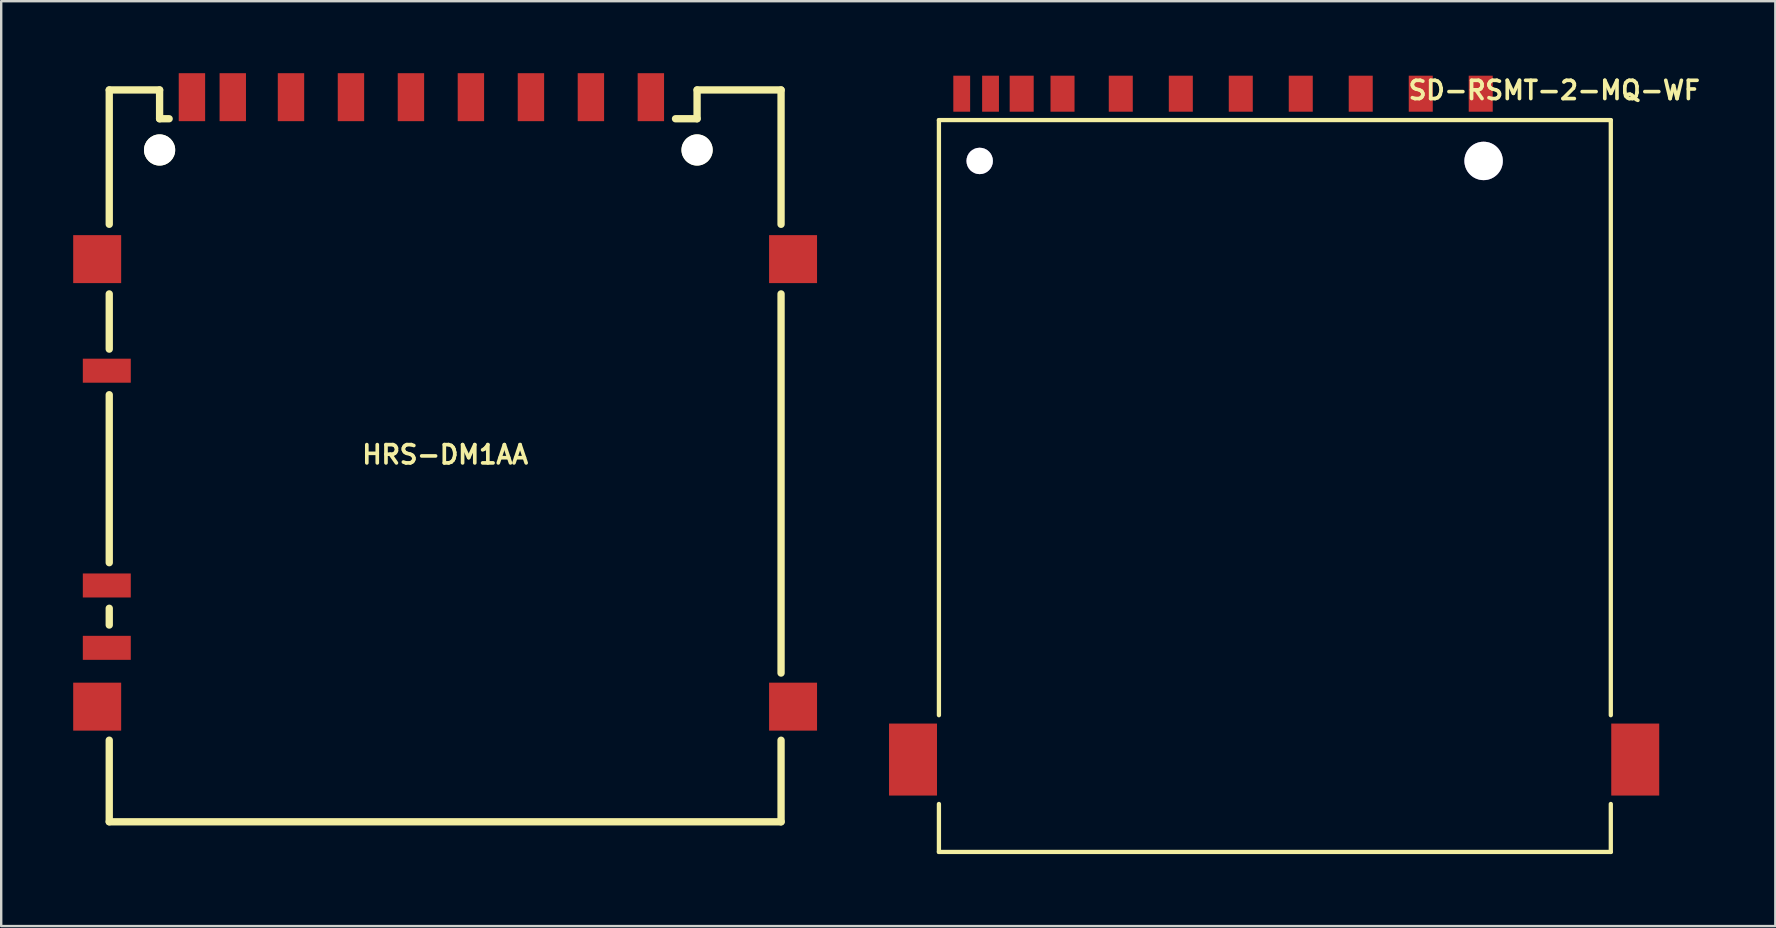
<source format=kicad_pcb>
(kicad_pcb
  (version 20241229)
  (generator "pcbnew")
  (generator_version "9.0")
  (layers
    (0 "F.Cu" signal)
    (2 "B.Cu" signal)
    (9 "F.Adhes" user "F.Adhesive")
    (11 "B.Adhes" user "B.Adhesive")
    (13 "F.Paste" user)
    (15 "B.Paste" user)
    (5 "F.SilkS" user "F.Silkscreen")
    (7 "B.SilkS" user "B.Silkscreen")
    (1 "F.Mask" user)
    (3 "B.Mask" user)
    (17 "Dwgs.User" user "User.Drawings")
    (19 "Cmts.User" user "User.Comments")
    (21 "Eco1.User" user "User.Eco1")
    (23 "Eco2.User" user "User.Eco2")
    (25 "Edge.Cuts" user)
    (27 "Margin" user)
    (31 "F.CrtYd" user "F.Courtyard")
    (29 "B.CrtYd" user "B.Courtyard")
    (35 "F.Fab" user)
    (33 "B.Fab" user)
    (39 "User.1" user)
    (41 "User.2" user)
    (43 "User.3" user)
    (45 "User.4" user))
  (footprint "SD-RSMT-2-MQ-WF"
    (layer "F.Cu")
    (at 49.28 1.856)
    (property "Reference" "SD-RSMT-2-MQ-WF" (at 12.446 -1.143 0) (layer "F.SilkS") (effects (font (size 0.762 0.762) (thickness 0.152))))
    (attr through_hole)
    (fp_line (start -13.2 0.099) (end -13.2 24.9) (stroke (width 0.178) (type solid)) (layer "F.SilkS"))
    (fp_line (start -13.2 0.099) (end 14.801 0.099) (stroke (width 0.178) (type solid)) (layer "F.SilkS"))
    (fp_line (start -13.2 28.6) (end -13.2 30.599) (stroke (width 0.178) (type solid)) (layer "F.SilkS"))
    (fp_line (start -13.2 30.599) (end 14.801 30.599) (stroke (width 0.178) (type solid)) (layer "F.SilkS"))
    (fp_line (start 14.801 24.9) (end 14.801 0.099) (stroke (width 0.178) (type solid)) (layer "F.SilkS"))
    (fp_line (start 14.801 30.599) (end 14.801 28.6) (stroke (width 0.178) (type solid)) (layer "F.SilkS"))
    (pad "" thru_hole circle (at -11.501 1.801) (size 1.1 1.1) (drill 1.1) (layers "*.Cu" "*.Mask"))
    (pad "" thru_hole circle (at 9.5 1.801) (size 1.6 1.6) (drill 1.6) (layers "*.Cu" "*.Mask"))
    (pad "1" smd rect (at 6.881 -1.001) (size 1.001 1.501) (layers "F.Cu" "F.Mask" "F.Paste"))
    (pad "2" smd rect (at 4.379 -1.001) (size 1.001 1.501) (layers "F.Cu" "F.Mask" "F.Paste"))
    (pad "3" smd rect (at 1.88 -1.001) (size 1.001 1.501) (layers "F.Cu" "F.Mask" "F.Paste"))
    (pad "4" smd rect (at -0.62 -1.001) (size 1.001 1.501) (layers "F.Cu" "F.Mask" "F.Paste"))
    (pad "5" smd rect (at -3.119 -1.001) (size 1.001 1.501) (layers "F.Cu" "F.Mask" "F.Paste"))
    (pad "6" smd rect (at -5.621 -1.001) (size 1.001 1.501) (layers "F.Cu" "F.Mask" "F.Paste"))
    (pad "7" smd rect (at -8.049 -1.001) (size 1.001 1.501) (layers "F.Cu" "F.Mask" "F.Paste"))
    (pad "8" smd rect (at -9.751 -1.001) (size 1.001 1.501) (layers "F.Cu" "F.Mask" "F.Paste"))
    (pad "9" smd rect (at 9.38 -1.001) (size 1.001 1.501) (layers "F.Cu" "F.Mask" "F.Paste"))
    (pad "DT" smd rect (at -11.049 -1.001) (size 0.701 1.501) (layers "F.Cu" "F.Mask" "F.Paste"))
    (pad "GND1" smd rect (at -14.28 26.749) (size 1.999 3) (layers "F.Cu" "F.Mask" "F.Paste"))
    (pad "GND2" smd rect (at 15.819 26.749) (size 1.999 3) (layers "F.Cu" "F.Mask" "F.Paste"))
    (pad "WP" smd rect (at -12.25 -1.001) (size 0.701 1.501) (layers "F.Cu" "F.Mask" "F.Paste")))
  (footprint "HRS-DM1AA"
    (layer "F.Cu")
    (at 15.503 15.897)
    (property "Reference" "HRS-DM1AA" (at 0 0 0) (layer "F.SilkS") (effects (font (size 0.762 0.762) (thickness 0.152))))
    (attr through_hole)
    (fp_line (start -14 -15.199) (end -11.9 -15.199) (stroke (width 0.305) (type solid)) (layer "F.SilkS"))
    (fp_line (start -14 -15.197) (end -14 -9.599) (stroke (width 0.305) (type solid)) (layer "F.SilkS"))
    (fp_line (start -14 -6.698) (end -14 -4.397) (stroke (width 0.305) (type solid)) (layer "F.SilkS"))
    (fp_line (start -14 -2.497) (end -14 4.503) (stroke (width 0.305) (type solid)) (layer "F.SilkS"))
    (fp_line (start -14 6.403) (end -14 7.102) (stroke (width 0.305) (type solid)) (layer "F.SilkS"))
    (fp_line (start -14 11.9) (end -14 15.301) (stroke (width 0.305) (type solid)) (layer "F.SilkS"))
    (fp_line (start -11.902 -15.197) (end -11.902 -13.998) (stroke (width 0.305) (type solid)) (layer "F.SilkS"))
    (fp_line (start -11.902 -13.998) (end -11.504 -13.998) (stroke (width 0.305) (type solid)) (layer "F.SilkS"))
    (fp_line (start 10.498 -13.998) (end 9.599 -13.998) (stroke (width 0.305) (type solid)) (layer "F.SilkS"))
    (fp_line (start 10.498 -13.998) (end 10.498 -15.197) (stroke (width 0.305) (type solid)) (layer "F.SilkS"))
    (fp_line (start 10.5 -15.199) (end 14 -15.199) (stroke (width 0.305) (type solid)) (layer "F.SilkS"))
    (fp_line (start 13.998 -15.197) (end 13.998 -9.599) (stroke (width 0.305) (type solid)) (layer "F.SilkS"))
    (fp_line (start 13.998 -6.698) (end 13.998 9.103) (stroke (width 0.305) (type solid)) (layer "F.SilkS"))
    (fp_line (start 13.998 15.303) (end 13.998 11.902) (stroke (width 0.305) (type solid)) (layer "F.SilkS"))
    (fp_line (start 14 15.301) (end -14 15.301) (stroke (width 0.305) (type solid)) (layer "F.SilkS"))
    (pad "" np_thru_hole circle (at -11.902 -12.697) (size 1.3 1.3) (drill 1.3) (layers "*.Cu" "*.Mask" "F.SilkS"))
    (pad "" np_thru_hole circle (at 10.498 -12.697) (size 1.3 1.3) (drill 1.3) (layers "*.Cu" "*.Mask" "F.SilkS"))
    (pad "1" smd rect (at 6.073 -14.897) (size 1.1 1.999) (layers "F.Cu" "F.Mask" "F.Paste"))
    (pad "2" smd rect (at 3.574 -14.897) (size 1.1 1.999) (layers "F.Cu" "F.Mask" "F.Paste"))
    (pad "3" smd rect (at 1.072 -14.897) (size 1.1 1.999) (layers "F.Cu" "F.Mask" "F.Paste"))
    (pad "4" smd rect (at -1.427 -14.897) (size 1.1 1.999) (layers "F.Cu" "F.Mask" "F.Paste"))
    (pad "5" smd rect (at -3.927 -14.897) (size 1.1 1.999) (layers "F.Cu" "F.Mask" "F.Paste"))
    (pad "6" smd rect (at -6.426 -14.897) (size 1.1 1.999) (layers "F.Cu" "F.Mask" "F.Paste"))
    (pad "7" smd rect (at -8.852 -14.897) (size 1.1 1.999) (layers "F.Cu" "F.Mask" "F.Paste"))
    (pad "8" smd rect (at -10.554 -14.897) (size 1.1 1.999) (layers "F.Cu" "F.Mask" "F.Paste"))
    (pad "9" smd rect (at 8.572 -14.897) (size 1.1 1.999) (layers "F.Cu" "F.Mask" "F.Paste"))
    (pad "DT" smd rect (at -14.102 -3.498) (size 1.999 1.001) (layers "F.Cu" "F.Mask" "F.Paste"))
    (pad "GND1" smd rect (at -14.503 -8.148) (size 1.999 1.999) (layers "F.Cu" "F.Mask" "F.Paste"))
    (pad "GND1" smd rect (at -14.503 10.503) (size 1.999 1.999) (layers "F.Cu" "F.Mask" "F.Paste"))
    (pad "GND1" smd rect (at 14.498 -8.148) (size 1.999 1.999) (layers "F.Cu" "F.Mask" "F.Paste"))
    (pad "GND1" smd rect (at 14.498 10.503) (size 1.999 1.999) (layers "F.Cu" "F.Mask" "F.Paste"))
    (pad "GND2" smd rect (at -14.102 8.052) (size 1.999 1.001) (layers "F.Cu" "F.Mask" "F.Paste"))
    (pad "WP" smd rect (at -14.102 5.453) (size 1.999 1.001) (layers "F.Cu" "F.Mask" "F.Paste")))
  (gr_rect
    (start -3 -3)
    (end 70.938 35.545)
    (stroke (width 0.1) (type default))
    (fill no)
    (layer "Edge.Cuts")))
</source>
